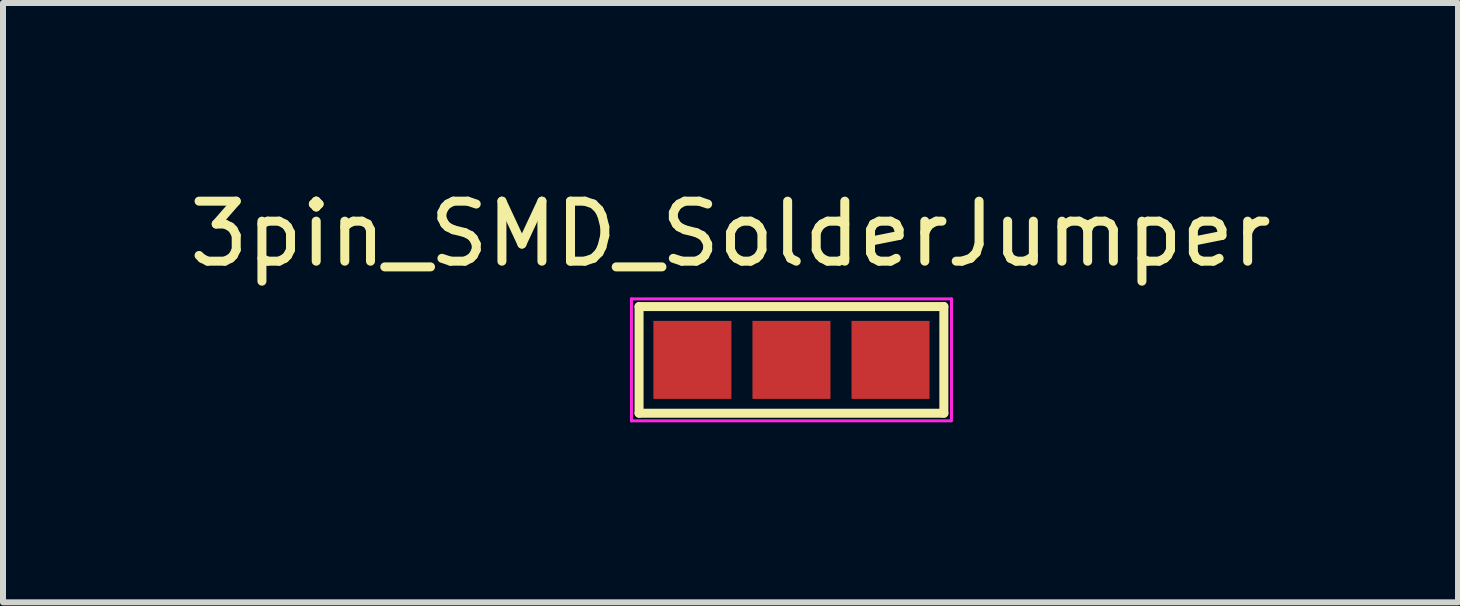
<source format=kicad_pcb>
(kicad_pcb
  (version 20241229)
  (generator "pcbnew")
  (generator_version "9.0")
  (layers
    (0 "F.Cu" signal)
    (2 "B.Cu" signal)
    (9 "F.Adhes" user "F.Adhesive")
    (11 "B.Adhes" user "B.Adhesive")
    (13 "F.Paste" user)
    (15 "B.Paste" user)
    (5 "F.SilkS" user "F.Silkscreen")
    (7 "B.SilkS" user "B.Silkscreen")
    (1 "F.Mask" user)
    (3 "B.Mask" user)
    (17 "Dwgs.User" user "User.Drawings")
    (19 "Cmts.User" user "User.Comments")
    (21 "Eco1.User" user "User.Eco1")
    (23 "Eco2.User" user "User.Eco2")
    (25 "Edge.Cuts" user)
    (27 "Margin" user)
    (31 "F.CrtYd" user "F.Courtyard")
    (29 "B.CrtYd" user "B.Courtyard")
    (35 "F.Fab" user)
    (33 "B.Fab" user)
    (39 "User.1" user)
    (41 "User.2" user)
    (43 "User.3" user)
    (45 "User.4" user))
  (footprint "3pin_SMD_SolderJumper"
    (layer "F.Cu")
    (at 9.125 2.948)
    (property "Reference" "3pin_SMD_SolderJumper" (at 0 -2.1 0) (layer "F.SilkS") (effects (font (size 1 1) (thickness 0.15))))
    (attr smd)
    (fp_line (start -1.524 -0.889) (end -1.524 0.889) (stroke (width 0.15) (type solid)) (layer "F.SilkS"))
    (fp_line (start -1.524 -0.889) (end 3.556 -0.889) (stroke (width 0.15) (type solid)) (layer "F.SilkS"))
    (fp_line (start 3.556 -0.889) (end 3.556 0.889) (stroke (width 0.15) (type solid)) (layer "F.SilkS"))
    (fp_line (start 3.556 0.889) (end -1.524 0.889) (stroke (width 0.15) (type solid)) (layer "F.SilkS"))
    (fp_line (start -1.651 -1.016) (end -1.651 1.016) (stroke (width 0.05) (type solid)) (layer "F.CrtYd"))
    (fp_line (start -1.651 -1.016) (end 3.683 -1.016) (stroke (width 0.05) (type solid)) (layer "F.CrtYd"))
    (fp_line (start -1.651 1.016) (end 3.683 1.016) (stroke (width 0.05) (type solid)) (layer "F.CrtYd"))
    (fp_line (start 3.683 -1.016) (end 3.683 0.984) (stroke (width 0.05) (type solid)) (layer "F.CrtYd"))
    (pad "1" smd rect (at -0.635 0) (size 1.3 1.3) (layers "F.Cu" "F.Mask" "F.Paste"))
    (pad "2" smd rect (at 1.016 0) (size 1.3 1.3) (layers "F.Cu" "F.Mask" "F.Paste"))
    (pad "3" smd rect (at 2.667 0) (size 1.3 1.3) (layers "F.Cu" "F.Mask" "F.Paste")))
  (gr_rect
    (start -3 -3)
    (end 21.25 6.989)
    (stroke (width 0.1) (type default))
    (fill no)
    (layer "Edge.Cuts")))
</source>
